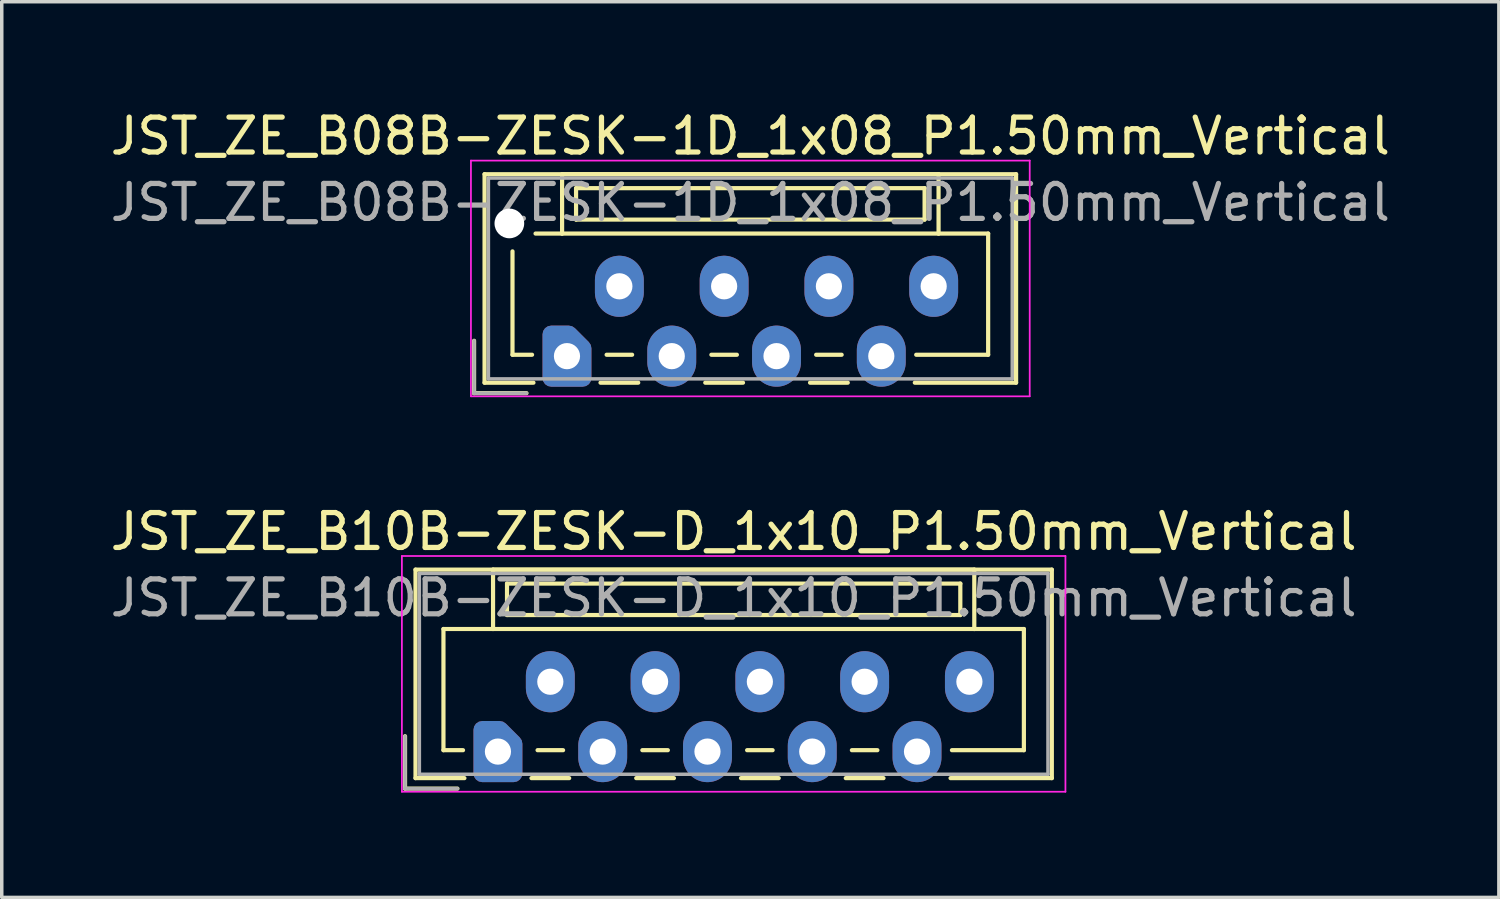
<source format=kicad_pcb>
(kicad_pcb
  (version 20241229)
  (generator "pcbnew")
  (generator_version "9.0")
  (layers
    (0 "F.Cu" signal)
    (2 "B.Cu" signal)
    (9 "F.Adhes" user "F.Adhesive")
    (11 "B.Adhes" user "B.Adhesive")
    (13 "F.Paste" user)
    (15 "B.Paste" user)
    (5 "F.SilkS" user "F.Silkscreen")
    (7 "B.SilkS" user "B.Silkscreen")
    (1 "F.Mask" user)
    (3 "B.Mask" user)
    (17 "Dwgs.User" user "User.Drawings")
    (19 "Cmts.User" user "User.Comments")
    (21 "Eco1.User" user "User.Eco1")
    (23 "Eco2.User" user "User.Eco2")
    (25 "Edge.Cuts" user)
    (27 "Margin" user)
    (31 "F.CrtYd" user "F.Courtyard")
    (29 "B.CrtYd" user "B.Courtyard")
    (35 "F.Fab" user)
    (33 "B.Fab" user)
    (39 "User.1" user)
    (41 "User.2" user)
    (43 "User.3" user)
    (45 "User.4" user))
  (footprint "JST_ZE_B08B-ZESK-1D_1x08_P1.50mm_Vertical"
    (layer "F.Cu")
    (at 13.185 7.148)
    (property "Reference" "JST_ZE_B08B-ZESK-1D_1x08_P1.50mm_Vertical" (at 5.25 -6.3 0) (layer "F.SilkS") (effects (font (size 1 1) (thickness 0.15))))
    (attr through_hole)
    (fp_line (start -2.66 -0.44) (end -2.66 1.06) (stroke (width 0.12) (type solid)) (layer "F.SilkS"))
    (fp_line (start -2.66 1.06) (end -1.16 1.06) (stroke (width 0.12) (type solid)) (layer "F.SilkS"))
    (fp_line (start -2.36 -5.21) (end 12.86 -5.21) (stroke (width 0.12) (type solid)) (layer "F.SilkS"))
    (fp_line (start -2.36 0.76) (end -2.36 -5.21) (stroke (width 0.12) (type solid)) (layer "F.SilkS"))
    (fp_line (start -1.56 -3) (end -1.56 -0.04) (stroke (width 0.12) (type solid)) (layer "F.SilkS"))
    (fp_line (start -1.56 -0.04) (end -1 -0.04) (stroke (width 0.12) (type solid)) (layer "F.SilkS"))
    (fp_line (start -0.96 0.76) (end -2.36 0.76) (stroke (width 0.12) (type solid)) (layer "F.SilkS"))
    (fp_line (start -0.14 -5.21) (end -0.14 -3.51) (stroke (width 0.12) (type solid)) (layer "F.SilkS"))
    (fp_line (start -0.14 -3.51) (end -0.9 -3.51) (stroke (width 0.12) (type solid)) (layer "F.SilkS"))
    (fp_line (start -0.14 -3.51) (end 10.64 -3.51) (stroke (width 0.12) (type solid)) (layer "F.SilkS"))
    (fp_line (start 0.26 -4.81) (end 0.26 -3.91) (stroke (width 0.12) (type solid)) (layer "F.SilkS"))
    (fp_line (start 0.26 -3.91) (end 10.24 -3.91) (stroke (width 0.12) (type solid)) (layer "F.SilkS"))
    (fp_line (start 0.96 0.76) (end 2.04 0.76) (stroke (width 0.12) (type solid)) (layer "F.SilkS"))
    (fp_line (start 1.135 -0.04) (end 1.865 -0.04) (stroke (width 0.12) (type solid)) (layer "F.SilkS"))
    (fp_line (start 3.96 0.76) (end 5.04 0.76) (stroke (width 0.12) (type solid)) (layer "F.SilkS"))
    (fp_line (start 4.135 -0.04) (end 4.865 -0.04) (stroke (width 0.12) (type solid)) (layer "F.SilkS"))
    (fp_line (start 6.96 0.76) (end 8.04 0.76) (stroke (width 0.12) (type solid)) (layer "F.SilkS"))
    (fp_line (start 7.135 -0.04) (end 7.865 -0.04) (stroke (width 0.12) (type solid)) (layer "F.SilkS"))
    (fp_line (start 10.24 -4.81) (end 0.26 -4.81) (stroke (width 0.12) (type solid)) (layer "F.SilkS"))
    (fp_line (start 10.24 -3.91) (end 10.24 -4.81) (stroke (width 0.12) (type solid)) (layer "F.SilkS"))
    (fp_line (start 10.64 -5.21) (end -0.14 -5.21) (stroke (width 0.12) (type solid)) (layer "F.SilkS"))
    (fp_line (start 10.64 -3.51) (end 10.64 -5.21) (stroke (width 0.12) (type solid)) (layer "F.SilkS"))
    (fp_line (start 10.64 -3.51) (end 12.06 -3.51) (stroke (width 0.12) (type solid)) (layer "F.SilkS"))
    (fp_line (start 12.06 -3.51) (end 12.06 -0.04) (stroke (width 0.12) (type solid)) (layer "F.SilkS"))
    (fp_line (start 12.06 -0.04) (end 10 -0.04) (stroke (width 0.12) (type solid)) (layer "F.SilkS"))
    (fp_line (start 12.86 -5.21) (end 12.86 0.76) (stroke (width 0.12) (type solid)) (layer "F.SilkS"))
    (fp_line (start 12.86 0.76) (end 9.96 0.76) (stroke (width 0.12) (type solid)) (layer "F.SilkS"))
    (fp_line (start -2.75 -5.6) (end -2.75 1.15) (stroke (width 0.05) (type solid)) (layer "F.CrtYd"))
    (fp_line (start -2.75 1.15) (end 13.25 1.15) (stroke (width 0.05) (type solid)) (layer "F.CrtYd"))
    (fp_line (start 13.25 -5.6) (end -2.75 -5.6) (stroke (width 0.05) (type solid)) (layer "F.CrtYd"))
    (fp_line (start 13.25 1.15) (end 13.25 -5.6) (stroke (width 0.05) (type solid)) (layer "F.CrtYd"))
    (fp_line (start -2.66 -0.44) (end -2.66 1.06) (stroke (width 0.1) (type solid)) (layer "F.Fab"))
    (fp_line (start -2.66 1.06) (end -1.16 1.06) (stroke (width 0.1) (type solid)) (layer "F.Fab"))
    (fp_line (start -2.25 -5.1) (end -2.25 0.65) (stroke (width 0.1) (type solid)) (layer "F.Fab"))
    (fp_line (start -2.25 0.65) (end 12.75 0.65) (stroke (width 0.1) (type solid)) (layer "F.Fab"))
    (fp_line (start 12.75 -5.1) (end -2.25 -5.1) (stroke (width 0.1) (type solid)) (layer "F.Fab"))
    (fp_line (start 12.75 0.65) (end 12.75 -5.1) (stroke (width 0.1) (type solid)) (layer "F.Fab"))
    (fp_text user "${REFERENCE}" (at 5.25 -4.4 0) (layer "F.Fab") (effects (font (size 1 1) (thickness 0.15))))
    (pad "" np_thru_hole circle (at -1.65 -3.8) (size 0.85 0.85) (drill 0.85) (layers "*.Cu" "*.Mask"))
    (pad "1" thru_hole custom (at 0 0) (size 1.117 1.117) (drill 0.75) (layers "*.Cu" "*.Mask") (options (anchor circle)) (primitives (gr_poly (pts (xy -0.45 -0.625) (xy 0.05 -0.625) (xy 0.45 -0.225) (xy 0.45 0.625) (xy -0.45 0.625)) (width 0.5) (fill yes))))
    (pad "2" thru_hole oval (at 1.5 -2) (size 1.4 1.75) (drill 0.75) (layers "*.Cu" "*.Mask"))
    (pad "3" thru_hole oval (at 3 0) (size 1.4 1.75) (drill 0.75) (layers "*.Cu" "*.Mask"))
    (pad "4" thru_hole oval (at 4.5 -2) (size 1.4 1.75) (drill 0.75) (layers "*.Cu" "*.Mask"))
    (pad "5" thru_hole oval (at 6 0) (size 1.4 1.75) (drill 0.75) (layers "*.Cu" "*.Mask"))
    (pad "6" thru_hole oval (at 7.5 -2) (size 1.4 1.75) (drill 0.75) (layers "*.Cu" "*.Mask"))
    (pad "7" thru_hole oval (at 9 0) (size 1.4 1.75) (drill 0.75) (layers "*.Cu" "*.Mask"))
    (pad "8" thru_hole oval (at 10.5 -2) (size 1.4 1.75) (drill 0.75) (layers "*.Cu" "*.Mask")))
  (footprint "JST_ZE_B10B-ZESK-D_1x10_P1.50mm_Vertical"
    (layer "F.Cu")
    (at 11.208 18.471)
    (property "Reference" "JST_ZE_B10B-ZESK-D_1x10_P1.50mm_Vertical" (at 6.75 -6.3 0) (layer "F.SilkS") (effects (font (size 1 1) (thickness 0.15))))
    (attr through_hole)
    (fp_line (start -2.66 -0.44) (end -2.66 1.06) (stroke (width 0.12) (type solid)) (layer "F.SilkS"))
    (fp_line (start -2.66 1.06) (end -1.16 1.06) (stroke (width 0.12) (type solid)) (layer "F.SilkS"))
    (fp_line (start -2.36 -5.21) (end 15.86 -5.21) (stroke (width 0.12) (type solid)) (layer "F.SilkS"))
    (fp_line (start -2.36 0.76) (end -2.36 -5.21) (stroke (width 0.12) (type solid)) (layer "F.SilkS"))
    (fp_line (start -1.56 -3.51) (end -1.56 -0.04) (stroke (width 0.12) (type solid)) (layer "F.SilkS"))
    (fp_line (start -1.56 -0.04) (end -1 -0.04) (stroke (width 0.12) (type solid)) (layer "F.SilkS"))
    (fp_line (start -0.96 0.76) (end -2.36 0.76) (stroke (width 0.12) (type solid)) (layer "F.SilkS"))
    (fp_line (start -0.14 -5.21) (end -0.14 -3.51) (stroke (width 0.12) (type solid)) (layer "F.SilkS"))
    (fp_line (start -0.14 -3.51) (end -1.56 -3.51) (stroke (width 0.12) (type solid)) (layer "F.SilkS"))
    (fp_line (start -0.14 -3.51) (end 13.64 -3.51) (stroke (width 0.12) (type solid)) (layer "F.SilkS"))
    (fp_line (start 0.26 -4.81) (end 0.26 -3.91) (stroke (width 0.12) (type solid)) (layer "F.SilkS"))
    (fp_line (start 0.26 -3.91) (end 13.24 -3.91) (stroke (width 0.12) (type solid)) (layer "F.SilkS"))
    (fp_line (start 0.96 0.76) (end 2.04 0.76) (stroke (width 0.12) (type solid)) (layer "F.SilkS"))
    (fp_line (start 1.135 -0.04) (end 1.865 -0.04) (stroke (width 0.12) (type solid)) (layer "F.SilkS"))
    (fp_line (start 3.96 0.76) (end 5.04 0.76) (stroke (width 0.12) (type solid)) (layer "F.SilkS"))
    (fp_line (start 4.135 -0.04) (end 4.865 -0.04) (stroke (width 0.12) (type solid)) (layer "F.SilkS"))
    (fp_line (start 6.96 0.76) (end 8.04 0.76) (stroke (width 0.12) (type solid)) (layer "F.SilkS"))
    (fp_line (start 7.135 -0.04) (end 7.865 -0.04) (stroke (width 0.12) (type solid)) (layer "F.SilkS"))
    (fp_line (start 9.96 0.76) (end 11.04 0.76) (stroke (width 0.12) (type solid)) (layer "F.SilkS"))
    (fp_line (start 10.135 -0.04) (end 10.865 -0.04) (stroke (width 0.12) (type solid)) (layer "F.SilkS"))
    (fp_line (start 13.24 -4.81) (end 0.26 -4.81) (stroke (width 0.12) (type solid)) (layer "F.SilkS"))
    (fp_line (start 13.24 -3.91) (end 13.24 -4.81) (stroke (width 0.12) (type solid)) (layer "F.SilkS"))
    (fp_line (start 13.64 -5.21) (end -0.14 -5.21) (stroke (width 0.12) (type solid)) (layer "F.SilkS"))
    (fp_line (start 13.64 -3.51) (end 13.64 -5.21) (stroke (width 0.12) (type solid)) (layer "F.SilkS"))
    (fp_line (start 13.64 -3.51) (end 15.06 -3.51) (stroke (width 0.12) (type solid)) (layer "F.SilkS"))
    (fp_line (start 15.06 -3.51) (end 15.06 -0.04) (stroke (width 0.12) (type solid)) (layer "F.SilkS"))
    (fp_line (start 15.06 -0.04) (end 13 -0.04) (stroke (width 0.12) (type solid)) (layer "F.SilkS"))
    (fp_line (start 15.86 -5.21) (end 15.86 0.76) (stroke (width 0.12) (type solid)) (layer "F.SilkS"))
    (fp_line (start 15.86 0.76) (end 12.96 0.76) (stroke (width 0.12) (type solid)) (layer "F.SilkS"))
    (fp_line (start -2.75 -5.6) (end -2.75 1.15) (stroke (width 0.05) (type solid)) (layer "F.CrtYd"))
    (fp_line (start -2.75 1.15) (end 16.25 1.15) (stroke (width 0.05) (type solid)) (layer "F.CrtYd"))
    (fp_line (start 16.25 -5.6) (end -2.75 -5.6) (stroke (width 0.05) (type solid)) (layer "F.CrtYd"))
    (fp_line (start 16.25 1.15) (end 16.25 -5.6) (stroke (width 0.05) (type solid)) (layer "F.CrtYd"))
    (fp_line (start -2.66 -0.44) (end -2.66 1.06) (stroke (width 0.1) (type solid)) (layer "F.Fab"))
    (fp_line (start -2.66 1.06) (end -1.16 1.06) (stroke (width 0.1) (type solid)) (layer "F.Fab"))
    (fp_line (start -2.25 -5.1) (end -2.25 0.65) (stroke (width 0.1) (type solid)) (layer "F.Fab"))
    (fp_line (start -2.25 0.65) (end 15.75 0.65) (stroke (width 0.1) (type solid)) (layer "F.Fab"))
    (fp_line (start 15.75 -5.1) (end -2.25 -5.1) (stroke (width 0.1) (type solid)) (layer "F.Fab"))
    (fp_line (start 15.75 0.65) (end 15.75 -5.1) (stroke (width 0.1) (type solid)) (layer "F.Fab"))
    (fp_text user "${REFERENCE}" (at 6.75 -4.4 0) (layer "F.Fab") (effects (font (size 1 1) (thickness 0.15))))
    (pad "1" thru_hole custom (at 0 0) (size 1.117 1.117) (drill 0.75) (layers "*.Cu" "*.Mask") (options (anchor circle)) (primitives (gr_poly (pts (xy -0.45 -0.625) (xy 0.05 -0.625) (xy 0.45 -0.225) (xy 0.45 0.625) (xy -0.45 0.625)) (width 0.5) (fill yes))))
    (pad "2" thru_hole oval (at 1.5 -2) (size 1.4 1.75) (drill 0.75) (layers "*.Cu" "*.Mask"))
    (pad "3" thru_hole oval (at 3 0) (size 1.4 1.75) (drill 0.75) (layers "*.Cu" "*.Mask"))
    (pad "4" thru_hole oval (at 4.5 -2) (size 1.4 1.75) (drill 0.75) (layers "*.Cu" "*.Mask"))
    (pad "5" thru_hole oval (at 6 0) (size 1.4 1.75) (drill 0.75) (layers "*.Cu" "*.Mask"))
    (pad "6" thru_hole oval (at 7.5 -2) (size 1.4 1.75) (drill 0.75) (layers "*.Cu" "*.Mask"))
    (pad "7" thru_hole oval (at 9 0) (size 1.4 1.75) (drill 0.75) (layers "*.Cu" "*.Mask"))
    (pad "8" thru_hole oval (at 10.5 -2) (size 1.4 1.75) (drill 0.75) (layers "*.Cu" "*.Mask"))
    (pad "9" thru_hole oval (at 12 0) (size 1.4 1.75) (drill 0.75) (layers "*.Cu" "*.Mask"))
    (pad "10" thru_hole oval (at 13.5 -2) (size 1.4 1.75) (drill 0.75) (layers "*.Cu" "*.Mask")))
  (gr_rect
    (start -3 -3)
    (end 39.869 22.646)
    (stroke (width 0.1) (type default))
    (fill no)
    (layer "Edge.Cuts")))
</source>
